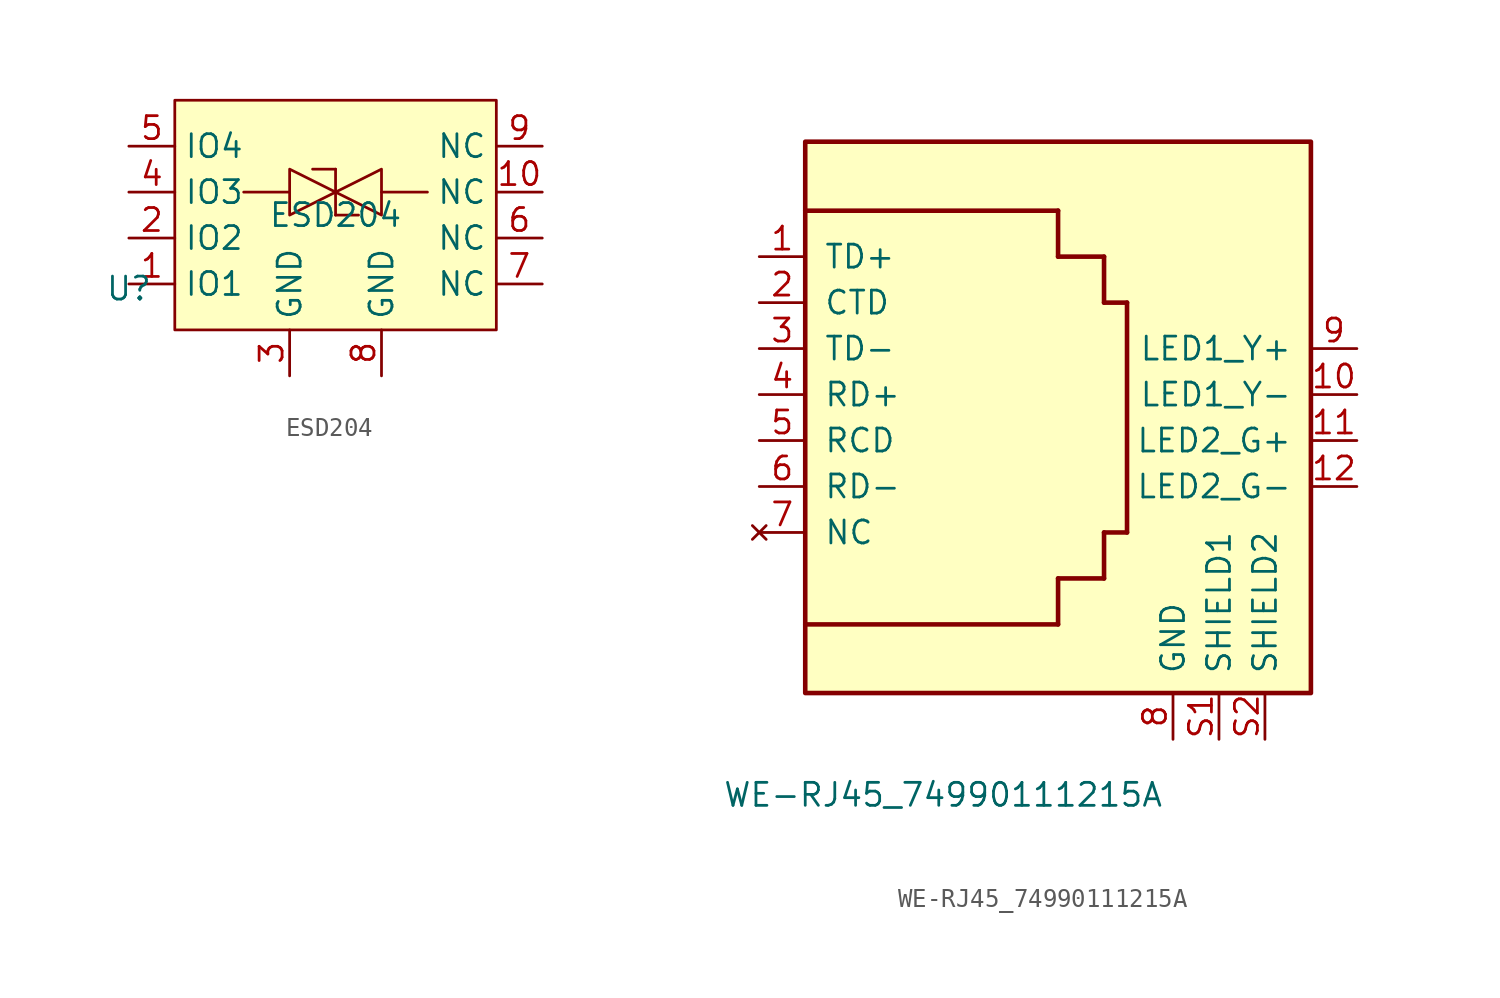
<source format=kicad_sym>
(kicad_symbol_lib
  (version 20241209)
  (generator "kicad_symbol_editor")
  (generator_version "9.0")
  (symbol "ESD204"
    (property "Reference" "U"
      (at -11.43 -4.064 0)
      (effects (font (size 1.27 1.27))))
    (property "Value" "ESD204"
      (at 0 0 0)
      (effects (font (size 1.27 1.27))))
    (symbol "ESD204_0_0"
      (pin input line (at -11.43 1.27 0) (length 2.54) (name "IO3" (effects (font (size 1.27 1.27)))) (number "4" (effects (font (size 1.27 1.27)))))
      (pin input line (at -11.43 -1.27 0) (length 2.54) (name "IO2" (effects (font (size 1.27 1.27)))) (number "2" (effects (font (size 1.27 1.27)))))
      (pin input line (at -11.43 -3.81 0) (length 2.54) (name "IO1" (effects (font (size 1.27 1.27)))) (number "1" (effects (font (size 1.27 1.27)))))
      (pin power_in line (at -2.54 -8.89 90) (length 2.54) (name "GND" (effects (font (size 1.27 1.27)))) (number "3" (effects (font (size 1.27 1.27)))))
      (pin power_in line (at 2.54 -8.89 90) (length 2.54) (name "GND" (effects (font (size 1.27 1.27)))) (number "8" (effects (font (size 1.27 1.27))))))
    (symbol "ESD204_1_0"
      (pin input line (at -11.43 3.81 0) (length 2.54) (name "IO4" (effects (font (size 1.27 1.27)))) (number "5" (effects (font (size 1.27 1.27)))))
      (pin free line (at 11.43 3.81 180) (length 2.54) (name "NC" (effects (font (size 1.27 1.27)))) (number "9" (effects (font (size 1.27 1.27)))))
      (pin free line (at 11.43 1.27 180) (length 2.54) (name "NC" (effects (font (size 1.27 1.27)))) (number "10" (effects (font (size 1.27 1.27)))))
      (pin free line (at 11.43 -1.27 180) (length 2.54) (name "NC" (effects (font (size 1.27 1.27)))) (number "6" (effects (font (size 1.27 1.27)))))
      (pin free line (at 11.43 -3.81 180) (length 2.54) (name "NC" (effects (font (size 1.27 1.27)))) (number "7" (effects (font (size 1.27 1.27))))))
    (symbol "ESD204_1_1"
      (rectangle (start -8.89 6.35) (end 8.89 -6.35) (stroke (width 0) (type solid)) (fill (type background)))
      (polyline (pts (xy -2.54 2.54) (xy -2.54 0) (xy 0 1.27) (xy -2.54 2.54)) (stroke (width 0) (type solid)) (fill (type background)))
      (polyline (pts (xy -2.54 1.27) (xy -5.08 1.27)) (stroke (width 0) (type default)) (fill (type none)))
      (polyline (pts (xy -1.27 2.54) (xy 0 2.54)) (stroke (width 0) (type default)) (fill (type none)))
      (polyline (pts (xy 0 1.27) (xy 2.54 2.54) (xy 2.54 0) (xy 0 1.27)) (stroke (width 0) (type solid)) (fill (type background)))
      (polyline (pts (xy 0 0) (xy 0 2.54)) (stroke (width 0) (type default)) (fill (type none)))
      (polyline (pts (xy 0 0) (xy 1.27 0)) (stroke (width 0) (type default)) (fill (type none)))
      (polyline (pts (xy 2.54 1.27) (xy 5.08 1.27)) (stroke (width 0) (type default)) (fill (type none)))))
  (symbol "WE-RJ45_74990111215A"
    (pin_names
      (offset 1.016))
    (property "Reference" "T"
      (at 2.286 16.764 0)
      (effects (font (size 1.27 1.27)) (justify bottom) (hide yes)))
    (property "Value" "WE-RJ45_74990111215A"
      (at 0 -20.32 0)
      (effects (font (size 1.27 1.27)) (justify bottom)))
    (symbol "WE-RJ45_74990111215A_0_0"
      (rectangle (start -7.62 16.51) (end 20.32 -13.952) (stroke (width 0.254) (type default)) (fill (type background)))
      (polyline (pts (xy -7.62 12.7) (xy 6.35 12.7)) (stroke (width 0.254) (type default)) (fill (type none)))
      (polyline (pts (xy 6.35 12.7) (xy 6.35 10.16)) (stroke (width 0.254) (type default)) (fill (type none)))
      (polyline (pts (xy 6.35 10.16) (xy 8.89 10.16)) (stroke (width 0.254) (type default)) (fill (type none)))
      (polyline (pts (xy 6.35 -7.62) (xy 8.89 -7.62)) (stroke (width 0.254) (type default)) (fill (type none)))
      (polyline (pts (xy 6.35 -10.16) (xy -7.62 -10.16)) (stroke (width 0.254) (type default)) (fill (type none)))
      (polyline (pts (xy 6.35 -10.16) (xy 6.35 -7.62)) (stroke (width 0.254) (type default)) (fill (type none)))
      (polyline (pts (xy 8.89 10.16) (xy 8.89 7.62)) (stroke (width 0.254) (type default)) (fill (type none)))
      (polyline (pts (xy 8.89 7.62) (xy 10.16 7.62)) (stroke (width 0.254) (type default)) (fill (type none)))
      (polyline (pts (xy 8.89 -5.08) (xy 10.16 -5.08)) (stroke (width 0.254) (type default)) (fill (type none)))
      (polyline (pts (xy 8.89 -7.62) (xy 8.89 -5.08)) (stroke (width 0.254) (type default)) (fill (type none)))
      (polyline (pts (xy 10.16 7.62) (xy 10.16 -5.08)) (stroke (width 0.254) (type default)) (fill (type none))))
    (symbol "WE-RJ45_74990111215A_1_0"
      (pin input line (at -10.16 10.16 0) (length 2.54) (name "TD+" (effects (font (size 1.27 1.27)))) (number "1" (effects (font (size 1.27 1.27)))))
      (pin power_in line (at -10.16 7.62 0) (length 2.54) (name "CTD" (effects (font (size 1.27 1.27)))) (number "2" (effects (font (size 1.27 1.27)))))
      (pin input line (at -10.16 5.08 0) (length 2.54) (name "TD-" (effects (font (size 1.27 1.27)))) (number "3" (effects (font (size 1.27 1.27)))))
      (pin input line (at -10.16 2.54 0) (length 2.54) (name "RD+" (effects (font (size 1.27 1.27)))) (number "4" (effects (font (size 1.27 1.27)))))
      (pin power_in line (at -10.16 0 0) (length 2.54) (name "RCD" (effects (font (size 1.27 1.27)))) (number "5" (effects (font (size 1.27 1.27)))))
      (pin input line (at -10.16 -2.54 0) (length 2.54) (name "RD-" (effects (font (size 1.27 1.27)))) (number "6" (effects (font (size 1.27 1.27)))))
      (pin no_connect line (at -10.16 -5.08 0) (length 2.54) (name "NC" (effects (font (size 1.27 1.27)))) (number "7" (effects (font (size 1.27 1.27)))))
      (pin power_in line (at 12.7 -16.51 90) (length 2.54) (name "GND" (effects (font (size 1.27 1.27)))) (number "8" (effects (font (size 1.27 1.27)))))
      (pin passive line (at 15.24 -16.51 90) (length 2.54) (name "SHIELD1" (effects (font (size 1.27 1.27)))) (number "S1" (effects (font (size 1.27 1.27)))))
      (pin passive line (at 17.78 -16.51 90) (length 2.54) (name "SHIELD2" (effects (font (size 1.27 1.27)))) (number "S2" (effects (font (size 1.27 1.27)))))
      (pin passive line (at 22.86 5.08 180) (length 2.54) (name "LED1_Y+" (effects (font (size 1.27 1.27)))) (number "9" (effects (font (size 1.27 1.27)))))
      (pin passive line (at 22.86 2.54 180) (length 2.54) (name "LED1_Y-" (effects (font (size 1.27 1.27)))) (number "10" (effects (font (size 1.27 1.27)))))
      (pin passive line (at 22.86 0 180) (length 2.54) (name "LED2_G+" (effects (font (size 1.27 1.27)))) (number "11" (effects (font (size 1.27 1.27)))))
      (pin passive line (at 22.86 -2.54 180) (length 2.54) (name "LED2_G-" (effects (font (size 1.27 1.27)))) (number "12" (effects (font (size 1.27 1.27))))))))
</source>
